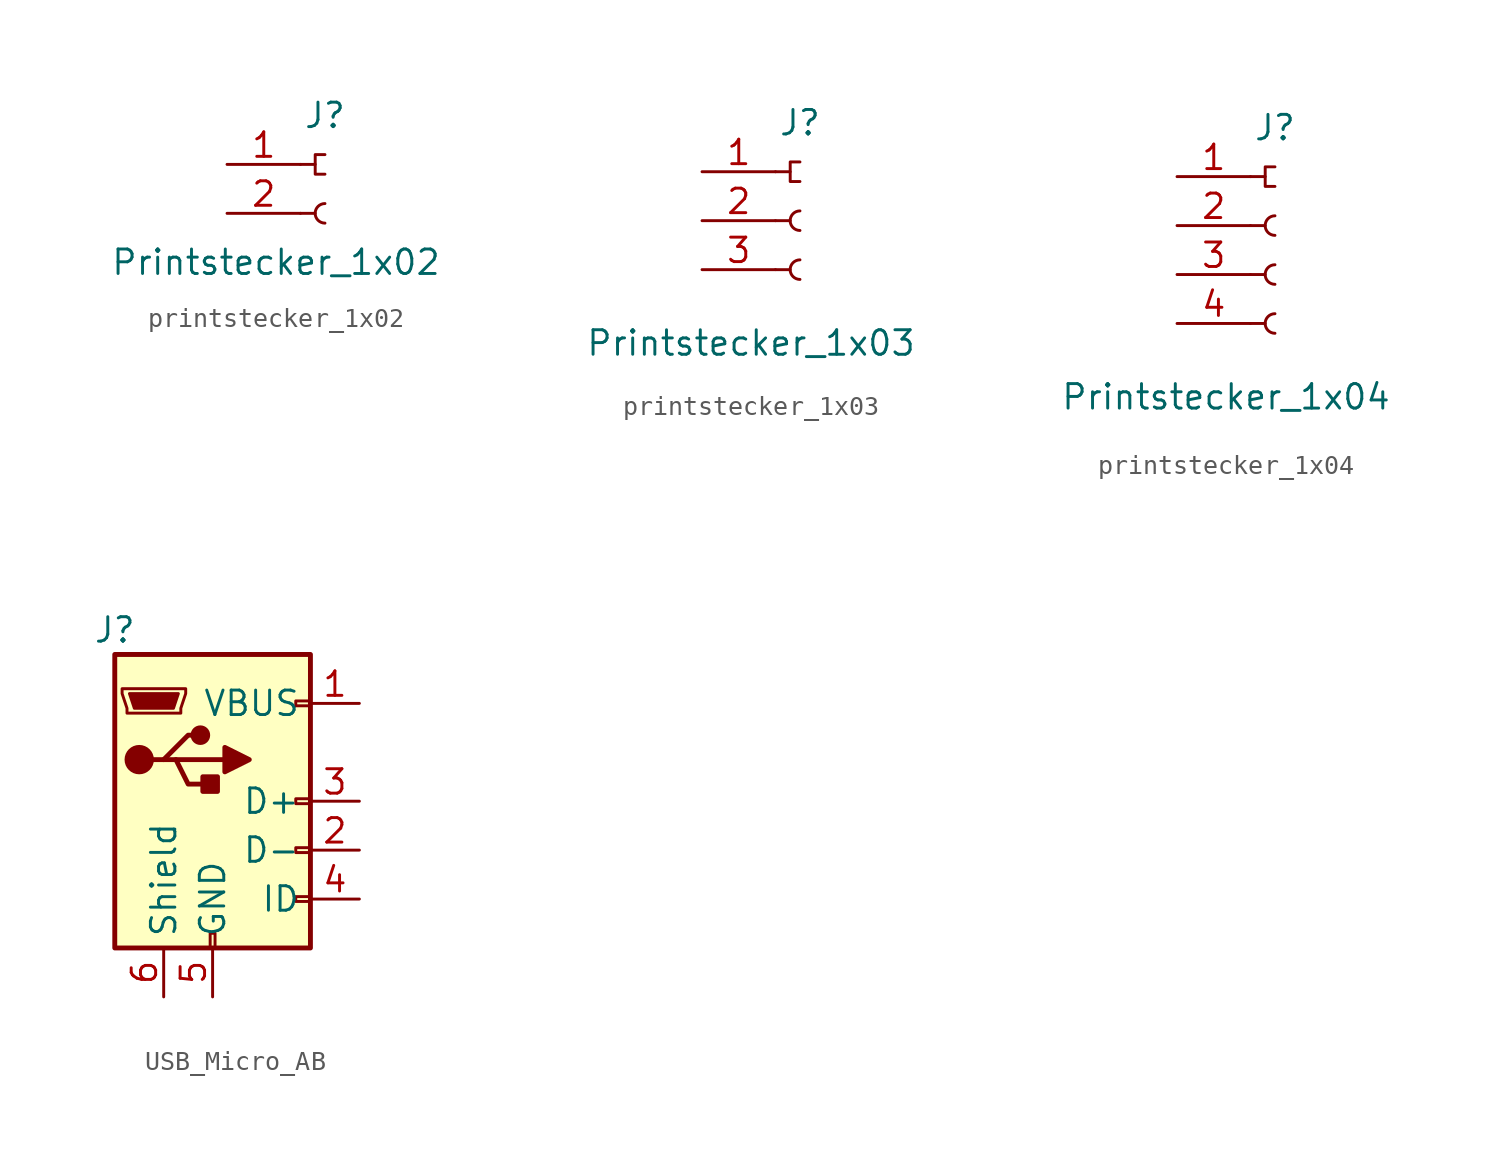
<source format=kicad_sym>
(kicad_symbol_lib
  (version 20220914)
  (generator kicad_symbol_editor)
  (symbol "printstecker_1x02"
    (pin_names hide)
    (property "Reference" "J"
      (at 0 3.81 0)
      (effects (font (size 1.27 1.27))))
    (property "Value" "Printstecker_1x02"
      (at -2.54 -3.81 0)
      (effects (font (size 1.27 1.27))))
    (symbol "printstecker_1x02_0_1"
      (polyline (pts (xy 0 1.778) (xy -0.506 1.778) (xy -0.506 0.762) (xy 0 0.762)) (stroke (width 0.152) (type default)) (fill (type none))))
    (symbol "printstecker_1x02_1_1"
      (arc (start 0 -0.762) (mid -0.5058 -1.27) (end 0 -1.778) (stroke (width 0.1524) (type default)) (fill (type none)))
      (polyline (pts (xy -1.27 -1.27) (xy -0.508 -1.27)) (stroke (width 0.152) (type default)) (fill (type none)))
      (polyline (pts (xy -1.27 1.27) (xy -0.508 1.27)) (stroke (width 0.152) (type default)) (fill (type none)))
      (pin passive line (at -5.08 1.27 0) (length 3.81) (name "Pin_1" (effects (font (size 1.27 1.27)))) (number "1" (effects (font (size 1.27 1.27)))))
      (pin passive line (at -5.08 -1.27 0) (length 3.81) (name "Pin_2" (effects (font (size 1.27 1.27)))) (number "2" (effects (font (size 1.27 1.27)))))))
  (symbol "printstecker_1x03"
    (pin_names hide)
    (property "Reference" "J"
      (at 0 5.08 0)
      (effects (font (size 1.27 1.27))))
    (property "Value" "Printstecker_1x03"
      (at -2.54 -6.35 0)
      (effects (font (size 1.27 1.27))))
    (symbol "printstecker_1x03_0_1"
      (polyline (pts (xy 0 3.048) (xy -0.506 3.048) (xy -0.506 2.032) (xy 0 2.032)) (stroke (width 0.152) (type default)) (fill (type none))))
    (symbol "printstecker_1x03_1_1"
      (arc (start 0 -2.032) (mid -0.5058 -2.54) (end 0 -3.048) (stroke (width 0.1524) (type default)) (fill (type none)))
      (polyline (pts (xy -1.27 -2.54) (xy -0.508 -2.54)) (stroke (width 0.152) (type default)) (fill (type none)))
      (polyline (pts (xy -1.27 0) (xy -0.508 0)) (stroke (width 0.152) (type default)) (fill (type none)))
      (polyline (pts (xy -1.27 2.54) (xy -0.508 2.54)) (stroke (width 0.152) (type default)) (fill (type none)))
      (arc (start 0 0.508) (mid -0.5058 0) (end 0 -0.508) (stroke (width 0.1524) (type default)) (fill (type none)))
      (pin passive line (at -5.08 2.54 0) (length 3.81) (name "Pin_1" (effects (font (size 1.27 1.27)))) (number "1" (effects (font (size 1.27 1.27)))))
      (pin passive line (at -5.08 0 0) (length 3.81) (name "Pin_2" (effects (font (size 1.27 1.27)))) (number "2" (effects (font (size 1.27 1.27)))))
      (pin passive line (at -5.08 -2.54 0) (length 3.81) (name "Pin_3" (effects (font (size 1.27 1.27)))) (number "3" (effects (font (size 1.27 1.27)))))))
  (symbol "printstecker_1x04"
    (pin_names hide)
    (property "Reference" "J"
      (at 0 6.35 0)
      (effects (font (size 1.27 1.27))))
    (property "Value" "Printstecker_1x04"
      (at -2.54 -7.62 0)
      (effects (font (size 1.27 1.27))))
    (symbol "printstecker_1x04_0_1"
      (polyline (pts (xy 0 4.318) (xy -0.506 4.318) (xy -0.506 3.302) (xy 0 3.302)) (stroke (width 0.152) (type default)) (fill (type none))))
    (symbol "printstecker_1x04_1_1"
      (arc (start 0 -3.302) (mid -0.5058 -3.81) (end 0 -4.318) (stroke (width 0.1524) (type default)) (fill (type none)))
      (arc (start 0 -0.762) (mid -0.5058 -1.27) (end 0 -1.778) (stroke (width 0.1524) (type default)) (fill (type none)))
      (polyline (pts (xy -1.27 -3.81) (xy -0.508 -3.81)) (stroke (width 0.152) (type default)) (fill (type none)))
      (polyline (pts (xy -1.27 -1.27) (xy -0.508 -1.27)) (stroke (width 0.152) (type default)) (fill (type none)))
      (polyline (pts (xy -1.27 1.27) (xy -0.508 1.27)) (stroke (width 0.152) (type default)) (fill (type none)))
      (polyline (pts (xy -1.27 3.81) (xy -0.508 3.81)) (stroke (width 0.152) (type default)) (fill (type none)))
      (arc (start 0 1.778) (mid -0.5058 1.27) (end 0 0.762) (stroke (width 0.1524) (type default)) (fill (type none)))
      (pin passive line (at -5.08 3.81 0) (length 3.81) (name "Pin_1" (effects (font (size 1.27 1.27)))) (number "1" (effects (font (size 1.27 1.27)))))
      (pin passive line (at -5.08 1.27 0) (length 3.81) (name "Pin_2" (effects (font (size 1.27 1.27)))) (number "2" (effects (font (size 1.27 1.27)))))
      (pin passive line (at -5.08 -1.27 0) (length 3.81) (name "Pin_3" (effects (font (size 1.27 1.27)))) (number "3" (effects (font (size 1.27 1.27)))))
      (pin passive line (at -5.08 -3.81 0) (length 3.81) (name "Pin_3" (effects (font (size 1.27 1.27)))) (number "4" (effects (font (size 1.27 1.27)))))))
  (symbol "USB_Micro_AB"
    (property "Reference" "J"
      (at -5.08 8.89 0)
      (effects (font (size 1.27 1.27))))
    (property "Value" ""
      (at 0 0 0)
      (effects (font (size 1.27 1.27))))
    (symbol "USB_Micro_AB_0_1"
      (rectangle (start -5.08 -7.62) (end 5.08 7.62) (stroke (width 0.254) (type default)) (fill (type background)))
      (circle (center -3.81 2.159) (radius 0.635) (stroke (width 0.254) (type default)) (fill (type outline)))
      (circle (center -0.635 3.429) (radius 0.381) (stroke (width 0.254) (type default)) (fill (type outline)))
      (rectangle (start -0.127 -7.62) (end 0.127 -6.858) (stroke (width 0) (type default)) (fill (type none)))
      (polyline (pts (xy -1.905 2.159) (xy 0.635 2.159)) (stroke (width 0.254) (type default)) (fill (type none)))
      (polyline (pts (xy -3.175 2.159) (xy -2.54 2.159) (xy -1.27 3.429) (xy -0.635 3.429)) (stroke (width 0.254) (type default)) (fill (type none)))
      (polyline (pts (xy -2.54 2.159) (xy -1.905 2.159) (xy -1.27 0.889) (xy 0 0.889)) (stroke (width 0.254) (type default)) (fill (type none)))
      (polyline (pts (xy 0.635 2.794) (xy 0.635 1.524) (xy 1.905 2.159) (xy 0.635 2.794)) (stroke (width 0.254) (type default)) (fill (type outline)))
      (polyline (pts (xy -4.318 5.588) (xy -1.778 5.588) (xy -2.032 4.826) (xy -4.064 4.826) (xy -4.318 5.588)) (stroke (width 0) (type default)) (fill (type outline)))
      (polyline (pts (xy -4.699 5.842) (xy -4.699 5.588) (xy -4.445 4.826) (xy -4.445 4.572) (xy -1.651 4.572) (xy -1.651 4.826) (xy -1.397 5.588) (xy -1.397 5.842) (xy -4.699 5.842)) (stroke (width 0) (type default)) (fill (type none)))
      (rectangle (start 0.254 1.27) (end -0.508 0.508) (stroke (width 0.254) (type default)) (fill (type outline)))
      (rectangle (start 5.08 -5.207) (end 4.318 -4.953) (stroke (width 0) (type default)) (fill (type none)))
      (rectangle (start 5.08 -2.667) (end 4.318 -2.413) (stroke (width 0) (type default)) (fill (type none)))
      (rectangle (start 5.08 -0.127) (end 4.318 0.127) (stroke (width 0) (type default)) (fill (type none)))
      (rectangle (start 5.08 4.953) (end 4.318 5.207) (stroke (width 0) (type default)) (fill (type none))))
    (symbol "USB_Micro_AB_1_1"
      (pin power_out line (at 7.62 5.08 180) (length 2.54) (name "VBUS" (effects (font (size 1.27 1.27)))) (number "1" (effects (font (size 1.27 1.27)))))
      (pin bidirectional line (at 7.62 -2.54 180) (length 2.54) (name "D-" (effects (font (size 1.27 1.27)))) (number "2" (effects (font (size 1.27 1.27)))))
      (pin bidirectional line (at 7.62 0 180) (length 2.54) (name "D+" (effects (font (size 1.27 1.27)))) (number "3" (effects (font (size 1.27 1.27)))))
      (pin passive line (at 7.62 -5.08 180) (length 2.54) (name "ID" (effects (font (size 1.27 1.27)))) (number "4" (effects (font (size 1.27 1.27)))))
      (pin power_out line (at 0 -10.16 90) (length 2.54) (name "GND" (effects (font (size 1.27 1.27)))) (number "5" (effects (font (size 1.27 1.27)))))
      (pin passive line (at -2.54 -10.16 90) (length 2.54) (name "Shield" (effects (font (size 1.27 1.27)))) (number "6" (effects (font (size 1.27 1.27))))))))
</source>
